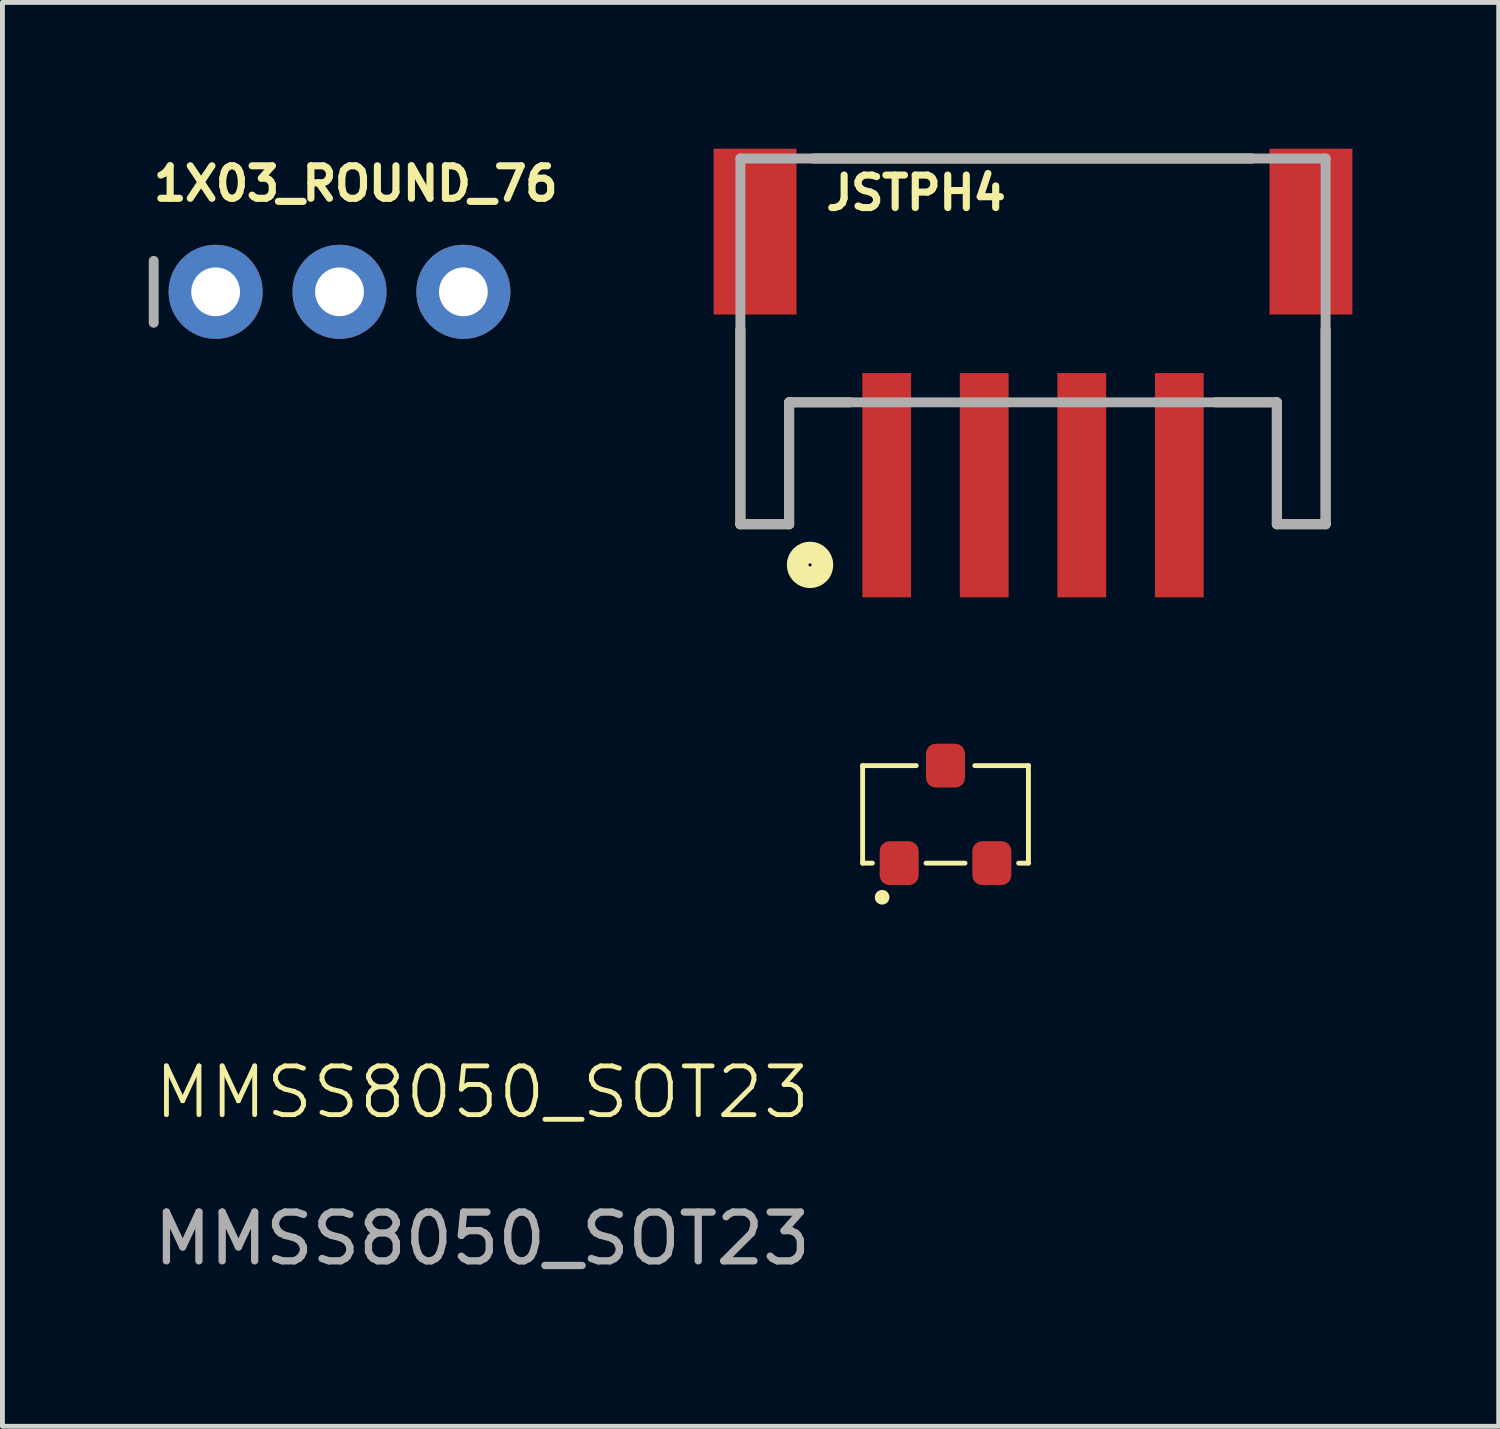
<source format=kicad_pcb>
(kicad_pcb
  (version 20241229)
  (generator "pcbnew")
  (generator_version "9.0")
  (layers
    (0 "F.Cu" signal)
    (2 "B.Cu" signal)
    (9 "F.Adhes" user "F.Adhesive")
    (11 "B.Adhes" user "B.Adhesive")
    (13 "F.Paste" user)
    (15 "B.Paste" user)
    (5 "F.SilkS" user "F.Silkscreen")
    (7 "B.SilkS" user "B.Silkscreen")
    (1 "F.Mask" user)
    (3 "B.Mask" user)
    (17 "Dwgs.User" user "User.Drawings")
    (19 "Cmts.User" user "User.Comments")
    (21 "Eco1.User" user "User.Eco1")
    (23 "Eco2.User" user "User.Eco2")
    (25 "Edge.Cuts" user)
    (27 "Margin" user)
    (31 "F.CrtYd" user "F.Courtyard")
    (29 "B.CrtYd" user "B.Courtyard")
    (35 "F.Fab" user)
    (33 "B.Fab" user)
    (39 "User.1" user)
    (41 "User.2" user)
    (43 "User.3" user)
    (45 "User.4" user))
  (footprint "JSTPH4"
    (layer "F.Cu")
    (at 18.133 3.2)
    (property "Reference" "JSTPH4" (at -4.318 -1.905 0) (unlocked yes) (layer "F.SilkS") (effects (font (size 0.666 0.666) (thickness 0.146)) (justify left bottom)))
    (fp_line (start -6 0.5) (end -6 4.5) (stroke (width 0.203) (type solid)) (layer "F.SilkS"))
    (fp_line (start -6 4.5) (end -5 4.5) (stroke (width 0.203) (type solid)) (layer "F.SilkS"))
    (fp_line (start -5 2) (end -3.75 2) (stroke (width 0.203) (type solid)) (layer "F.SilkS"))
    (fp_line (start -5 4.5) (end -5 2) (stroke (width 0.203) (type solid)) (layer "F.SilkS"))
    (fp_line (start -4.5 -3) (end 4.5 -3) (stroke (width 0.203) (type solid)) (layer "F.SilkS"))
    (fp_line (start 3.75 2) (end 5 2) (stroke (width 0.203) (type solid)) (layer "F.SilkS"))
    (fp_line (start 5 2) (end 5 4.5) (stroke (width 0.203) (type solid)) (layer "F.SilkS"))
    (fp_line (start 5 4.5) (end 6 4.5) (stroke (width 0.203) (type solid)) (layer "F.SilkS"))
    (fp_line (start 6 4.5) (end 6 0.5) (stroke (width 0.203) (type solid)) (layer "F.SilkS"))
    (fp_circle (center -4.572 5.334) (end -4.318 5.334) (stroke (width 0.444) (type solid)) (fill no) (layer "F.SilkS"))
    (fp_line (start -6 -3) (end 6 -3) (stroke (width 0.203) (type solid)) (layer "F.Fab"))
    (fp_line (start -6 4.5) (end -6 -3) (stroke (width 0.203) (type solid)) (layer "F.Fab"))
    (fp_line (start -5 2) (end -5 4.5) (stroke (width 0.203) (type solid)) (layer "F.Fab"))
    (fp_line (start -5 4.5) (end -6 4.5) (stroke (width 0.203) (type solid)) (layer "F.Fab"))
    (fp_line (start 5 2) (end -5 2) (stroke (width 0.203) (type solid)) (layer "F.Fab"))
    (fp_line (start 5 4.5) (end 5 2) (stroke (width 0.203) (type solid)) (layer "F.Fab"))
    (fp_line (start 6 -3) (end 6 4.5) (stroke (width 0.203) (type solid)) (layer "F.Fab"))
    (fp_line (start 6 4.5) (end 5 4.5) (stroke (width 0.203) (type solid)) (layer "F.Fab"))
    (pad "1" smd rect (at -3 3.7) (size 1 4.6) (layers "F.Cu" "F.Mask" "F.Paste"))
    (pad "2" smd rect (at -1 3.7) (size 1 4.6) (layers "F.Cu" "F.Mask" "F.Paste"))
    (pad "3" smd rect (at 1 3.7) (size 1 4.6) (layers "F.Cu" "F.Mask" "F.Paste"))
    (pad "4" smd rect (at 3 3.7) (size 1 4.6) (layers "F.Cu" "F.Mask" "F.Paste"))
    (pad "NC1" smd rect (at -5.7 -1.5 90) (size 3.4 1.7) (layers "F.Cu" "F.Mask" "F.Paste"))
    (pad "NC2" smd rect (at 5.7 -1.5 90) (size 3.4 1.7) (layers "F.Cu" "F.Mask" "F.Paste")))
  (footprint "MMSS8050_SOT23"
    (layer "F.Cu")
    (at 16.339 13.35)
    (property "Reference" "MMSS8050_SOT23" (at -9.5 6 0) (unlocked yes) (layer "F.SilkS") (effects (font (size 1 1) (thickness 0.1))))
    (attr smd)
    (fp_line (start -1.7 -0.7) (end -1.7 1.3) (stroke (width 0.1) (type default)) (layer "F.SilkS"))
    (fp_line (start -1.7 1.3) (end -1.5 1.3) (stroke (width 0.1) (type default)) (layer "F.SilkS"))
    (fp_line (start -0.6 -0.7) (end -1.7 -0.7) (stroke (width 0.1) (type default)) (layer "F.SilkS"))
    (fp_line (start -0.4 1.3) (end 0.4 1.3) (stroke (width 0.1) (type default)) (layer "F.SilkS"))
    (fp_line (start 0.6 -0.7) (end 1.7 -0.7) (stroke (width 0.1) (type default)) (layer "F.SilkS"))
    (fp_line (start 1.7 -0.7) (end 1.7 1.3) (stroke (width 0.1) (type default)) (layer "F.SilkS"))
    (fp_line (start 1.7 1.3) (end 1.5 1.3) (stroke (width 0.1) (type default)) (layer "F.SilkS"))
    (fp_circle (center -1.3 2) (end -1.2 2) (stroke (width 0.1) (type solid)) (fill yes) (layer "F.SilkS"))
    (fp_text user "${REFERENCE}" (at -9.5 9 0) (unlocked yes) (layer "F.Fab") (effects (font (size 1 1) (thickness 0.15))))
    (pad "1" smd roundrect (at 0 -0.7) (size 0.8 0.9) (layers "F.Cu" "F.Mask" "F.Paste") (roundrect_rratio 0.25))
    (pad "2" smd roundrect (at -0.95 1.3) (size 0.8 0.9) (layers "F.Cu" "F.Mask" "F.Paste") (roundrect_rratio 0.25))
    (pad "3" smd roundrect (at 0.95 1.3) (size 0.8 0.9) (layers "F.Cu" "F.Mask" "F.Paste") (roundrect_rratio 0.25)))
  (footprint "1X03_ROUND_76"
    (layer "F.Cu")
    (at 3.912 2.934)
    (property "Reference" "1X03_ROUND_76" (at -3.886 -1.829 0) (unlocked yes) (layer "F.SilkS") (effects (font (size 0.666 0.666) (thickness 0.146)) (justify left bottom)))
    (fp_line (start -3.81 -0.635) (end -3.81 0.635) (stroke (width 0.203) (type solid)) (layer "F.Fab"))
    (fp_poly (pts (xy -2.794 0.254) (xy -2.286 0.254) (xy -2.286 -0.254) (xy -2.794 -0.254)) (stroke (width 0.1) (type default)) (fill no) (layer "F.Fab"))
    (fp_poly (pts (xy -0.254 0.254) (xy 0.254 0.254) (xy 0.254 -0.254) (xy -0.254 -0.254)) (stroke (width 0.1) (type default)) (fill no) (layer "F.Fab"))
    (fp_poly (pts (xy 2.286 0.254) (xy 2.794 0.254) (xy 2.794 -0.254) (xy 2.286 -0.254)) (stroke (width 0.1) (type default)) (fill no) (layer "F.Fab"))
    (pad "1" thru_hole circle (at -2.54 0 90) (size 1.93 1.93) (drill 1) (layers "*.Cu" "*.Mask"))
    (pad "2" thru_hole circle (at 0 0 90) (size 1.93 1.93) (drill 1) (layers "*.Cu" "*.Mask"))
    (pad "3" thru_hole circle (at 2.54 0 90) (size 1.93 1.93) (drill 1) (layers "*.Cu" "*.Mask")))
  (gr_rect
    (start -3 -3)
    (end 27.683 26.198)
    (stroke (width 0.1) (type default))
    (fill no)
    (layer "Edge.Cuts")))
</source>
